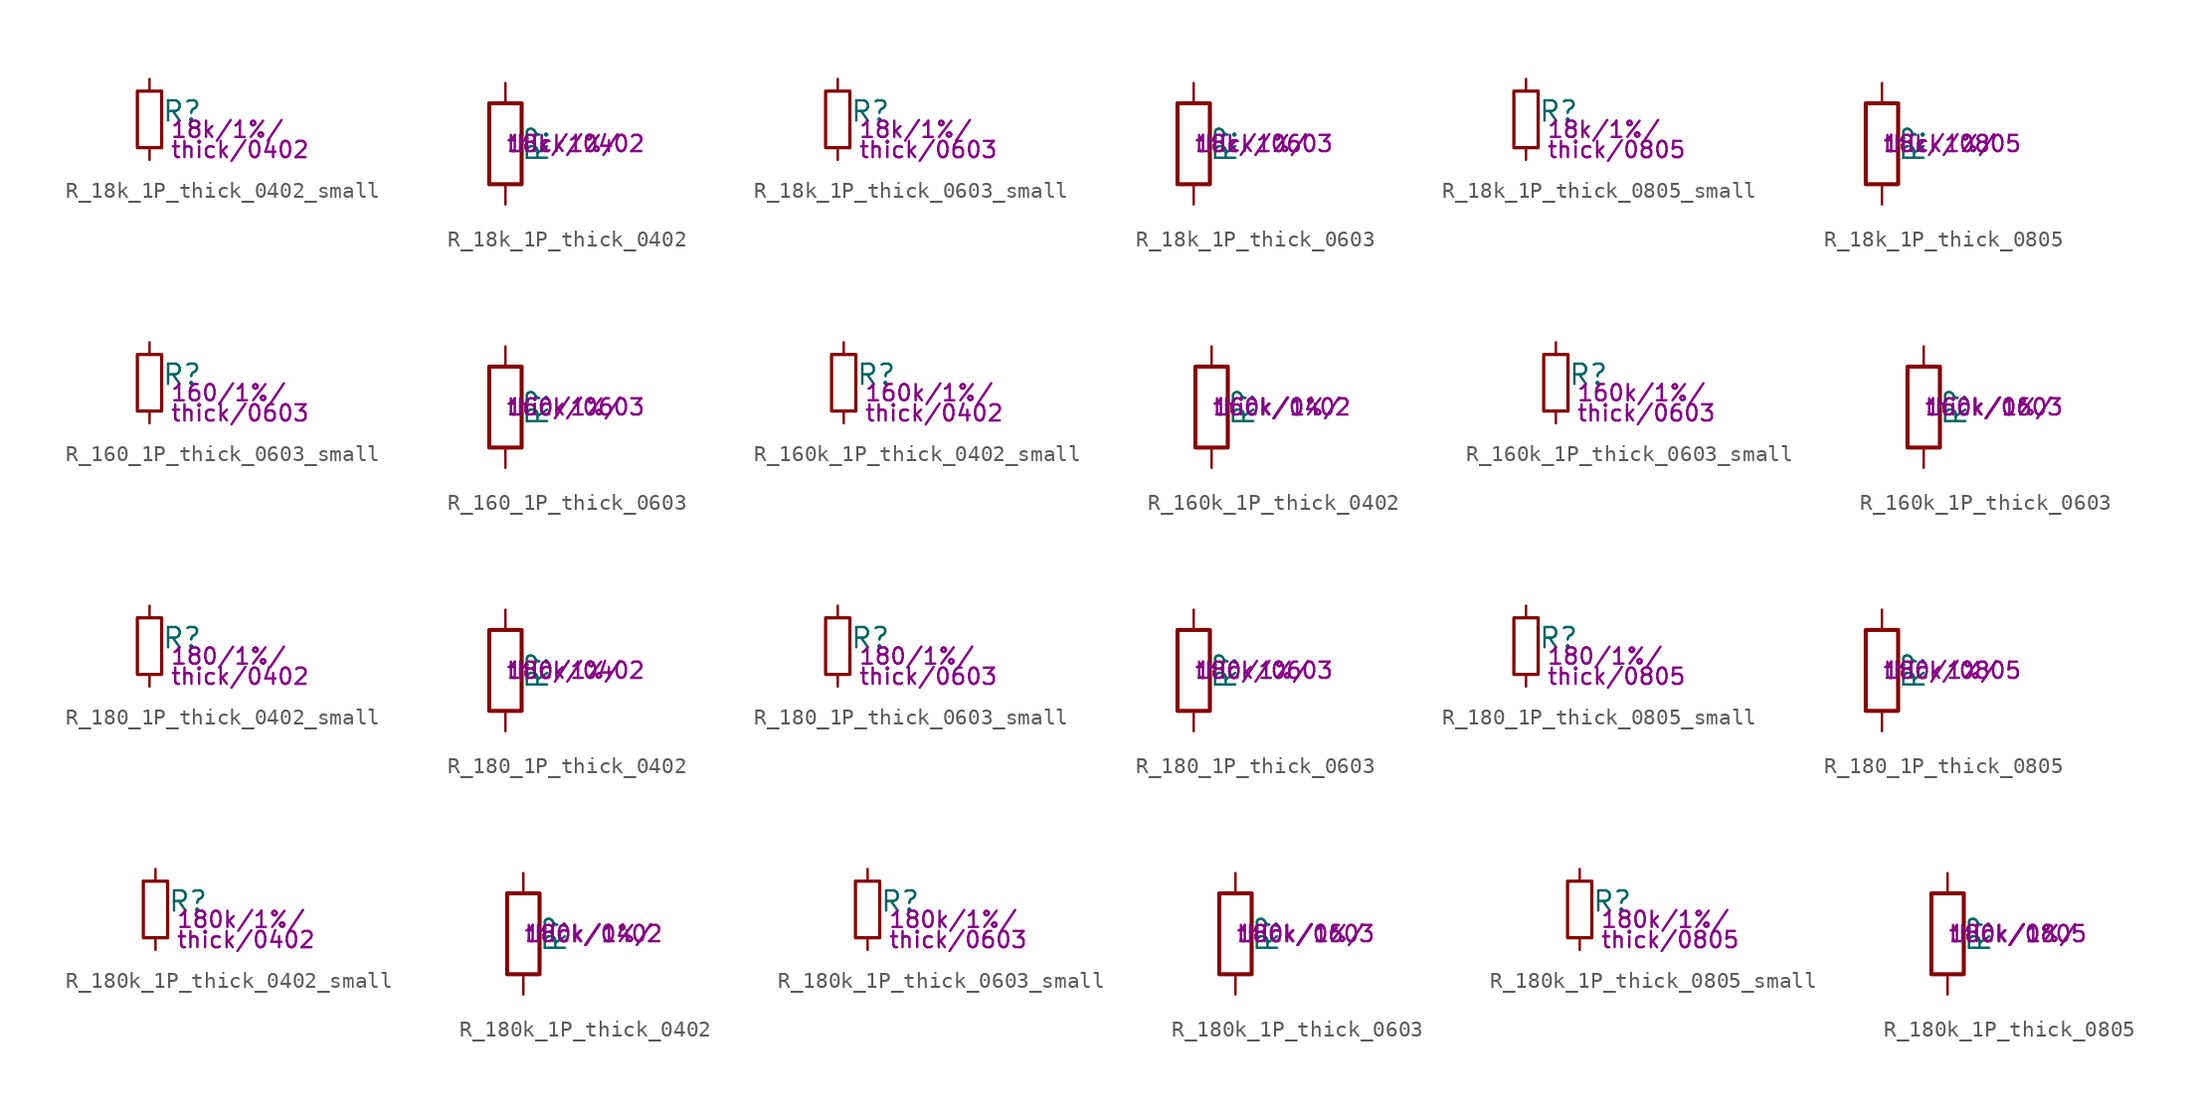
<source format=kicad_sym>
(kicad_symbol_lib
  (version 20211014)
  (generator kicad_symbol_editor)
  (symbol "R_18k_1P_thick_0402_small"
    (pin_numbers hide)
    (pin_names
      (offset 0.254) hide)
    (property "Reference" "R"
      (at 0.762 0.508 0)
      (effects (font (size 1.27 1.27)) (justify left)))
    (property "Params" "18k/1%/"
      (at 1.27 -0.635 0)
      (effects (font (size 1.016 1.016)) (justify left)))
    (property "Params2" "thick/0402"
      (at 1.27 -1.905 0)
      (effects (font (size 1.016 1.016)) (justify left)))
    (symbol "R_18k_1P_thick_0402_small_0_1"
      (rectangle (start -0.762 1.778) (end 0.762 -1.778) (stroke (width 0.203) (type default) (color 0 0 0 0)) (fill (type none))))
    (symbol "R_18k_1P_thick_0402_small_1_1"
      (pin passive line (at 0 2.54 270) (length 0.762) (name "~" (effects (font (size 1.27 1.27)))) (number "1" (effects (font (size 1.27 1.27)))))
      (pin passive line (at 0 -2.54 90) (length 0.762) (name "~" (effects (font (size 1.27 1.27)))) (number "2" (effects (font (size 1.27 1.27)))))))
  (symbol "R_18k_1P_thick_0402"
    (pin_numbers hide)
    (pin_names
      (offset 0))
    (property "Reference" "R"
      (at 2.032 0 90)
      (effects (font (size 1.27 1.27))))
    (property "Params" "18k/1%/"
      (at 0 0 0)
      (effects (font (size 1.016 1.016)) (justify left)))
    (property "Params2" "thick/0402"
      (at 0 0 0)
      (effects (font (size 1.016 1.016)) (justify left)))
    (symbol "R_18k_1P_thick_0402_0_1"
      (rectangle (start -1.016 -2.54) (end 1.016 2.54) (stroke (width 0.254) (type default) (color 0 0 0 0)) (fill (type none))))
    (symbol "R_18k_1P_thick_0402_1_1"
      (pin passive line (at 0 3.81 270) (length 1.27) (name "~" (effects (font (size 1.27 1.27)))) (number "1" (effects (font (size 1.27 1.27)))))
      (pin passive line (at 0 -3.81 90) (length 1.27) (name "~" (effects (font (size 1.27 1.27)))) (number "2" (effects (font (size 1.27 1.27)))))))
  (symbol "R_18k_1P_thick_0603_small"
    (pin_numbers hide)
    (pin_names
      (offset 0.254) hide)
    (property "Reference" "R"
      (at 0.762 0.508 0)
      (effects (font (size 1.27 1.27)) (justify left)))
    (property "Params" "18k/1%/"
      (at 1.27 -0.635 0)
      (effects (font (size 1.016 1.016)) (justify left)))
    (property "Params2" "thick/0603"
      (at 1.27 -1.905 0)
      (effects (font (size 1.016 1.016)) (justify left)))
    (symbol "R_18k_1P_thick_0603_small_0_1"
      (rectangle (start -0.762 1.778) (end 0.762 -1.778) (stroke (width 0.203) (type default) (color 0 0 0 0)) (fill (type none))))
    (symbol "R_18k_1P_thick_0603_small_1_1"
      (pin passive line (at 0 2.54 270) (length 0.762) (name "~" (effects (font (size 1.27 1.27)))) (number "1" (effects (font (size 1.27 1.27)))))
      (pin passive line (at 0 -2.54 90) (length 0.762) (name "~" (effects (font (size 1.27 1.27)))) (number "2" (effects (font (size 1.27 1.27)))))))
  (symbol "R_18k_1P_thick_0603"
    (pin_numbers hide)
    (pin_names
      (offset 0))
    (property "Reference" "R"
      (at 2.032 0 90)
      (effects (font (size 1.27 1.27))))
    (property "Params" "18k/1%/"
      (at 0 0 0)
      (effects (font (size 1.016 1.016)) (justify left)))
    (property "Params2" "thick/0603"
      (at 0 0 0)
      (effects (font (size 1.016 1.016)) (justify left)))
    (symbol "R_18k_1P_thick_0603_0_1"
      (rectangle (start -1.016 -2.54) (end 1.016 2.54) (stroke (width 0.254) (type default) (color 0 0 0 0)) (fill (type none))))
    (symbol "R_18k_1P_thick_0603_1_1"
      (pin passive line (at 0 3.81 270) (length 1.27) (name "~" (effects (font (size 1.27 1.27)))) (number "1" (effects (font (size 1.27 1.27)))))
      (pin passive line (at 0 -3.81 90) (length 1.27) (name "~" (effects (font (size 1.27 1.27)))) (number "2" (effects (font (size 1.27 1.27)))))))
  (symbol "R_18k_1P_thick_0805_small"
    (pin_numbers hide)
    (pin_names
      (offset 0.254) hide)
    (property "Reference" "R"
      (at 0.762 0.508 0)
      (effects (font (size 1.27 1.27)) (justify left)))
    (property "Params" "18k/1%/"
      (at 1.27 -0.635 0)
      (effects (font (size 1.016 1.016)) (justify left)))
    (property "Params2" "thick/0805"
      (at 1.27 -1.905 0)
      (effects (font (size 1.016 1.016)) (justify left)))
    (symbol "R_18k_1P_thick_0805_small_0_1"
      (rectangle (start -0.762 1.778) (end 0.762 -1.778) (stroke (width 0.203) (type default) (color 0 0 0 0)) (fill (type none))))
    (symbol "R_18k_1P_thick_0805_small_1_1"
      (pin passive line (at 0 2.54 270) (length 0.762) (name "~" (effects (font (size 1.27 1.27)))) (number "1" (effects (font (size 1.27 1.27)))))
      (pin passive line (at 0 -2.54 90) (length 0.762) (name "~" (effects (font (size 1.27 1.27)))) (number "2" (effects (font (size 1.27 1.27)))))))
  (symbol "R_18k_1P_thick_0805"
    (pin_numbers hide)
    (pin_names
      (offset 0))
    (property "Reference" "R"
      (at 2.032 0 90)
      (effects (font (size 1.27 1.27))))
    (property "Params" "18k/1%/"
      (at 0 0 0)
      (effects (font (size 1.016 1.016)) (justify left)))
    (property "Params2" "thick/0805"
      (at 0 0 0)
      (effects (font (size 1.016 1.016)) (justify left)))
    (symbol "R_18k_1P_thick_0805_0_1"
      (rectangle (start -1.016 -2.54) (end 1.016 2.54) (stroke (width 0.254) (type default) (color 0 0 0 0)) (fill (type none))))
    (symbol "R_18k_1P_thick_0805_1_1"
      (pin passive line (at 0 3.81 270) (length 1.27) (name "~" (effects (font (size 1.27 1.27)))) (number "1" (effects (font (size 1.27 1.27)))))
      (pin passive line (at 0 -3.81 90) (length 1.27) (name "~" (effects (font (size 1.27 1.27)))) (number "2" (effects (font (size 1.27 1.27)))))))
  (symbol "R_160_1P_thick_0603_small"
    (pin_numbers hide)
    (pin_names
      (offset 0.254) hide)
    (property "Reference" "R"
      (at 0.762 0.508 0)
      (effects (font (size 1.27 1.27)) (justify left)))
    (property "Params" "160/1%/"
      (at 1.27 -0.635 0)
      (effects (font (size 1.016 1.016)) (justify left)))
    (property "Params2" "thick/0603"
      (at 1.27 -1.905 0)
      (effects (font (size 1.016 1.016)) (justify left)))
    (symbol "R_160_1P_thick_0603_small_0_1"
      (rectangle (start -0.762 1.778) (end 0.762 -1.778) (stroke (width 0.203) (type default) (color 0 0 0 0)) (fill (type none))))
    (symbol "R_160_1P_thick_0603_small_1_1"
      (pin passive line (at 0 2.54 270) (length 0.762) (name "~" (effects (font (size 1.27 1.27)))) (number "1" (effects (font (size 1.27 1.27)))))
      (pin passive line (at 0 -2.54 90) (length 0.762) (name "~" (effects (font (size 1.27 1.27)))) (number "2" (effects (font (size 1.27 1.27)))))))
  (symbol "R_160_1P_thick_0603"
    (pin_numbers hide)
    (pin_names
      (offset 0))
    (property "Reference" "R"
      (at 2.032 0 90)
      (effects (font (size 1.27 1.27))))
    (property "Params" "160/1%/"
      (at 0 0 0)
      (effects (font (size 1.016 1.016)) (justify left)))
    (property "Params2" "thick/0603"
      (at 0 0 0)
      (effects (font (size 1.016 1.016)) (justify left)))
    (symbol "R_160_1P_thick_0603_0_1"
      (rectangle (start -1.016 -2.54) (end 1.016 2.54) (stroke (width 0.254) (type default) (color 0 0 0 0)) (fill (type none))))
    (symbol "R_160_1P_thick_0603_1_1"
      (pin passive line (at 0 3.81 270) (length 1.27) (name "~" (effects (font (size 1.27 1.27)))) (number "1" (effects (font (size 1.27 1.27)))))
      (pin passive line (at 0 -3.81 90) (length 1.27) (name "~" (effects (font (size 1.27 1.27)))) (number "2" (effects (font (size 1.27 1.27)))))))
  (symbol "R_160k_1P_thick_0402_small"
    (pin_numbers hide)
    (pin_names
      (offset 0.254) hide)
    (property "Reference" "R"
      (at 0.762 0.508 0)
      (effects (font (size 1.27 1.27)) (justify left)))
    (property "Params" "160k/1%/"
      (at 1.27 -0.635 0)
      (effects (font (size 1.016 1.016)) (justify left)))
    (property "Params2" "thick/0402"
      (at 1.27 -1.905 0)
      (effects (font (size 1.016 1.016)) (justify left)))
    (symbol "R_160k_1P_thick_0402_small_0_1"
      (rectangle (start -0.762 1.778) (end 0.762 -1.778) (stroke (width 0.203) (type default) (color 0 0 0 0)) (fill (type none))))
    (symbol "R_160k_1P_thick_0402_small_1_1"
      (pin passive line (at 0 2.54 270) (length 0.762) (name "~" (effects (font (size 1.27 1.27)))) (number "1" (effects (font (size 1.27 1.27)))))
      (pin passive line (at 0 -2.54 90) (length 0.762) (name "~" (effects (font (size 1.27 1.27)))) (number "2" (effects (font (size 1.27 1.27)))))))
  (symbol "R_160k_1P_thick_0402"
    (pin_numbers hide)
    (pin_names
      (offset 0))
    (property "Reference" "R"
      (at 2.032 0 90)
      (effects (font (size 1.27 1.27))))
    (property "Params" "160k/1%/"
      (at 0 0 0)
      (effects (font (size 1.016 1.016)) (justify left)))
    (property "Params2" "thick/0402"
      (at 0 0 0)
      (effects (font (size 1.016 1.016)) (justify left)))
    (symbol "R_160k_1P_thick_0402_0_1"
      (rectangle (start -1.016 -2.54) (end 1.016 2.54) (stroke (width 0.254) (type default) (color 0 0 0 0)) (fill (type none))))
    (symbol "R_160k_1P_thick_0402_1_1"
      (pin passive line (at 0 3.81 270) (length 1.27) (name "~" (effects (font (size 1.27 1.27)))) (number "1" (effects (font (size 1.27 1.27)))))
      (pin passive line (at 0 -3.81 90) (length 1.27) (name "~" (effects (font (size 1.27 1.27)))) (number "2" (effects (font (size 1.27 1.27)))))))
  (symbol "R_160k_1P_thick_0603_small"
    (pin_numbers hide)
    (pin_names
      (offset 0.254) hide)
    (property "Reference" "R"
      (at 0.762 0.508 0)
      (effects (font (size 1.27 1.27)) (justify left)))
    (property "Params" "160k/1%/"
      (at 1.27 -0.635 0)
      (effects (font (size 1.016 1.016)) (justify left)))
    (property "Params2" "thick/0603"
      (at 1.27 -1.905 0)
      (effects (font (size 1.016 1.016)) (justify left)))
    (symbol "R_160k_1P_thick_0603_small_0_1"
      (rectangle (start -0.762 1.778) (end 0.762 -1.778) (stroke (width 0.203) (type default) (color 0 0 0 0)) (fill (type none))))
    (symbol "R_160k_1P_thick_0603_small_1_1"
      (pin passive line (at 0 2.54 270) (length 0.762) (name "~" (effects (font (size 1.27 1.27)))) (number "1" (effects (font (size 1.27 1.27)))))
      (pin passive line (at 0 -2.54 90) (length 0.762) (name "~" (effects (font (size 1.27 1.27)))) (number "2" (effects (font (size 1.27 1.27)))))))
  (symbol "R_160k_1P_thick_0603"
    (pin_numbers hide)
    (pin_names
      (offset 0))
    (property "Reference" "R"
      (at 2.032 0 90)
      (effects (font (size 1.27 1.27))))
    (property "Params" "160k/1%/"
      (at 0 0 0)
      (effects (font (size 1.016 1.016)) (justify left)))
    (property "Params2" "thick/0603"
      (at 0 0 0)
      (effects (font (size 1.016 1.016)) (justify left)))
    (symbol "R_160k_1P_thick_0603_0_1"
      (rectangle (start -1.016 -2.54) (end 1.016 2.54) (stroke (width 0.254) (type default) (color 0 0 0 0)) (fill (type none))))
    (symbol "R_160k_1P_thick_0603_1_1"
      (pin passive line (at 0 3.81 270) (length 1.27) (name "~" (effects (font (size 1.27 1.27)))) (number "1" (effects (font (size 1.27 1.27)))))
      (pin passive line (at 0 -3.81 90) (length 1.27) (name "~" (effects (font (size 1.27 1.27)))) (number "2" (effects (font (size 1.27 1.27)))))))
  (symbol "R_180_1P_thick_0402_small"
    (pin_numbers hide)
    (pin_names
      (offset 0.254) hide)
    (property "Reference" "R"
      (at 0.762 0.508 0)
      (effects (font (size 1.27 1.27)) (justify left)))
    (property "Params" "180/1%/"
      (at 1.27 -0.635 0)
      (effects (font (size 1.016 1.016)) (justify left)))
    (property "Params2" "thick/0402"
      (at 1.27 -1.905 0)
      (effects (font (size 1.016 1.016)) (justify left)))
    (symbol "R_180_1P_thick_0402_small_0_1"
      (rectangle (start -0.762 1.778) (end 0.762 -1.778) (stroke (width 0.203) (type default) (color 0 0 0 0)) (fill (type none))))
    (symbol "R_180_1P_thick_0402_small_1_1"
      (pin passive line (at 0 2.54 270) (length 0.762) (name "~" (effects (font (size 1.27 1.27)))) (number "1" (effects (font (size 1.27 1.27)))))
      (pin passive line (at 0 -2.54 90) (length 0.762) (name "~" (effects (font (size 1.27 1.27)))) (number "2" (effects (font (size 1.27 1.27)))))))
  (symbol "R_180_1P_thick_0402"
    (pin_numbers hide)
    (pin_names
      (offset 0))
    (property "Reference" "R"
      (at 2.032 0 90)
      (effects (font (size 1.27 1.27))))
    (property "Params" "180/1%/"
      (at 0 0 0)
      (effects (font (size 1.016 1.016)) (justify left)))
    (property "Params2" "thick/0402"
      (at 0 0 0)
      (effects (font (size 1.016 1.016)) (justify left)))
    (symbol "R_180_1P_thick_0402_0_1"
      (rectangle (start -1.016 -2.54) (end 1.016 2.54) (stroke (width 0.254) (type default) (color 0 0 0 0)) (fill (type none))))
    (symbol "R_180_1P_thick_0402_1_1"
      (pin passive line (at 0 3.81 270) (length 1.27) (name "~" (effects (font (size 1.27 1.27)))) (number "1" (effects (font (size 1.27 1.27)))))
      (pin passive line (at 0 -3.81 90) (length 1.27) (name "~" (effects (font (size 1.27 1.27)))) (number "2" (effects (font (size 1.27 1.27)))))))
  (symbol "R_180_1P_thick_0603_small"
    (pin_numbers hide)
    (pin_names
      (offset 0.254) hide)
    (property "Reference" "R"
      (at 0.762 0.508 0)
      (effects (font (size 1.27 1.27)) (justify left)))
    (property "Params" "180/1%/"
      (at 1.27 -0.635 0)
      (effects (font (size 1.016 1.016)) (justify left)))
    (property "Params2" "thick/0603"
      (at 1.27 -1.905 0)
      (effects (font (size 1.016 1.016)) (justify left)))
    (symbol "R_180_1P_thick_0603_small_0_1"
      (rectangle (start -0.762 1.778) (end 0.762 -1.778) (stroke (width 0.203) (type default) (color 0 0 0 0)) (fill (type none))))
    (symbol "R_180_1P_thick_0603_small_1_1"
      (pin passive line (at 0 2.54 270) (length 0.762) (name "~" (effects (font (size 1.27 1.27)))) (number "1" (effects (font (size 1.27 1.27)))))
      (pin passive line (at 0 -2.54 90) (length 0.762) (name "~" (effects (font (size 1.27 1.27)))) (number "2" (effects (font (size 1.27 1.27)))))))
  (symbol "R_180_1P_thick_0603"
    (pin_numbers hide)
    (pin_names
      (offset 0))
    (property "Reference" "R"
      (at 2.032 0 90)
      (effects (font (size 1.27 1.27))))
    (property "Params" "180/1%/"
      (at 0 0 0)
      (effects (font (size 1.016 1.016)) (justify left)))
    (property "Params2" "thick/0603"
      (at 0 0 0)
      (effects (font (size 1.016 1.016)) (justify left)))
    (symbol "R_180_1P_thick_0603_0_1"
      (rectangle (start -1.016 -2.54) (end 1.016 2.54) (stroke (width 0.254) (type default) (color 0 0 0 0)) (fill (type none))))
    (symbol "R_180_1P_thick_0603_1_1"
      (pin passive line (at 0 3.81 270) (length 1.27) (name "~" (effects (font (size 1.27 1.27)))) (number "1" (effects (font (size 1.27 1.27)))))
      (pin passive line (at 0 -3.81 90) (length 1.27) (name "~" (effects (font (size 1.27 1.27)))) (number "2" (effects (font (size 1.27 1.27)))))))
  (symbol "R_180_1P_thick_0805_small"
    (pin_numbers hide)
    (pin_names
      (offset 0.254) hide)
    (property "Reference" "R"
      (at 0.762 0.508 0)
      (effects (font (size 1.27 1.27)) (justify left)))
    (property "Params" "180/1%/"
      (at 1.27 -0.635 0)
      (effects (font (size 1.016 1.016)) (justify left)))
    (property "Params2" "thick/0805"
      (at 1.27 -1.905 0)
      (effects (font (size 1.016 1.016)) (justify left)))
    (symbol "R_180_1P_thick_0805_small_0_1"
      (rectangle (start -0.762 1.778) (end 0.762 -1.778) (stroke (width 0.203) (type default) (color 0 0 0 0)) (fill (type none))))
    (symbol "R_180_1P_thick_0805_small_1_1"
      (pin passive line (at 0 2.54 270) (length 0.762) (name "~" (effects (font (size 1.27 1.27)))) (number "1" (effects (font (size 1.27 1.27)))))
      (pin passive line (at 0 -2.54 90) (length 0.762) (name "~" (effects (font (size 1.27 1.27)))) (number "2" (effects (font (size 1.27 1.27)))))))
  (symbol "R_180_1P_thick_0805"
    (pin_numbers hide)
    (pin_names
      (offset 0))
    (property "Reference" "R"
      (at 2.032 0 90)
      (effects (font (size 1.27 1.27))))
    (property "Params" "180/1%/"
      (at 0 0 0)
      (effects (font (size 1.016 1.016)) (justify left)))
    (property "Params2" "thick/0805"
      (at 0 0 0)
      (effects (font (size 1.016 1.016)) (justify left)))
    (symbol "R_180_1P_thick_0805_0_1"
      (rectangle (start -1.016 -2.54) (end 1.016 2.54) (stroke (width 0.254) (type default) (color 0 0 0 0)) (fill (type none))))
    (symbol "R_180_1P_thick_0805_1_1"
      (pin passive line (at 0 3.81 270) (length 1.27) (name "~" (effects (font (size 1.27 1.27)))) (number "1" (effects (font (size 1.27 1.27)))))
      (pin passive line (at 0 -3.81 90) (length 1.27) (name "~" (effects (font (size 1.27 1.27)))) (number "2" (effects (font (size 1.27 1.27)))))))
  (symbol "R_180k_1P_thick_0402_small"
    (pin_numbers hide)
    (pin_names
      (offset 0.254) hide)
    (property "Reference" "R"
      (at 0.762 0.508 0)
      (effects (font (size 1.27 1.27)) (justify left)))
    (property "Params" "180k/1%/"
      (at 1.27 -0.635 0)
      (effects (font (size 1.016 1.016)) (justify left)))
    (property "Params2" "thick/0402"
      (at 1.27 -1.905 0)
      (effects (font (size 1.016 1.016)) (justify left)))
    (symbol "R_180k_1P_thick_0402_small_0_1"
      (rectangle (start -0.762 1.778) (end 0.762 -1.778) (stroke (width 0.203) (type default) (color 0 0 0 0)) (fill (type none))))
    (symbol "R_180k_1P_thick_0402_small_1_1"
      (pin passive line (at 0 2.54 270) (length 0.762) (name "~" (effects (font (size 1.27 1.27)))) (number "1" (effects (font (size 1.27 1.27)))))
      (pin passive line (at 0 -2.54 90) (length 0.762) (name "~" (effects (font (size 1.27 1.27)))) (number "2" (effects (font (size 1.27 1.27)))))))
  (symbol "R_180k_1P_thick_0402"
    (pin_numbers hide)
    (pin_names
      (offset 0))
    (property "Reference" "R"
      (at 2.032 0 90)
      (effects (font (size 1.27 1.27))))
    (property "Params" "180k/1%/"
      (at 0 0 0)
      (effects (font (size 1.016 1.016)) (justify left)))
    (property "Params2" "thick/0402"
      (at 0 0 0)
      (effects (font (size 1.016 1.016)) (justify left)))
    (symbol "R_180k_1P_thick_0402_0_1"
      (rectangle (start -1.016 -2.54) (end 1.016 2.54) (stroke (width 0.254) (type default) (color 0 0 0 0)) (fill (type none))))
    (symbol "R_180k_1P_thick_0402_1_1"
      (pin passive line (at 0 3.81 270) (length 1.27) (name "~" (effects (font (size 1.27 1.27)))) (number "1" (effects (font (size 1.27 1.27)))))
      (pin passive line (at 0 -3.81 90) (length 1.27) (name "~" (effects (font (size 1.27 1.27)))) (number "2" (effects (font (size 1.27 1.27)))))))
  (symbol "R_180k_1P_thick_0603_small"
    (pin_numbers hide)
    (pin_names
      (offset 0.254) hide)
    (property "Reference" "R"
      (at 0.762 0.508 0)
      (effects (font (size 1.27 1.27)) (justify left)))
    (property "Params" "180k/1%/"
      (at 1.27 -0.635 0)
      (effects (font (size 1.016 1.016)) (justify left)))
    (property "Params2" "thick/0603"
      (at 1.27 -1.905 0)
      (effects (font (size 1.016 1.016)) (justify left)))
    (symbol "R_180k_1P_thick_0603_small_0_1"
      (rectangle (start -0.762 1.778) (end 0.762 -1.778) (stroke (width 0.203) (type default) (color 0 0 0 0)) (fill (type none))))
    (symbol "R_180k_1P_thick_0603_small_1_1"
      (pin passive line (at 0 2.54 270) (length 0.762) (name "~" (effects (font (size 1.27 1.27)))) (number "1" (effects (font (size 1.27 1.27)))))
      (pin passive line (at 0 -2.54 90) (length 0.762) (name "~" (effects (font (size 1.27 1.27)))) (number "2" (effects (font (size 1.27 1.27)))))))
  (symbol "R_180k_1P_thick_0603"
    (pin_numbers hide)
    (pin_names
      (offset 0))
    (property "Reference" "R"
      (at 2.032 0 90)
      (effects (font (size 1.27 1.27))))
    (property "Params" "180k/1%/"
      (at 0 0 0)
      (effects (font (size 1.016 1.016)) (justify left)))
    (property "Params2" "thick/0603"
      (at 0 0 0)
      (effects (font (size 1.016 1.016)) (justify left)))
    (symbol "R_180k_1P_thick_0603_0_1"
      (rectangle (start -1.016 -2.54) (end 1.016 2.54) (stroke (width 0.254) (type default) (color 0 0 0 0)) (fill (type none))))
    (symbol "R_180k_1P_thick_0603_1_1"
      (pin passive line (at 0 3.81 270) (length 1.27) (name "~" (effects (font (size 1.27 1.27)))) (number "1" (effects (font (size 1.27 1.27)))))
      (pin passive line (at 0 -3.81 90) (length 1.27) (name "~" (effects (font (size 1.27 1.27)))) (number "2" (effects (font (size 1.27 1.27)))))))
  (symbol "R_180k_1P_thick_0805_small"
    (pin_numbers hide)
    (pin_names
      (offset 0.254) hide)
    (property "Reference" "R"
      (at 0.762 0.508 0)
      (effects (font (size 1.27 1.27)) (justify left)))
    (property "Params" "180k/1%/"
      (at 1.27 -0.635 0)
      (effects (font (size 1.016 1.016)) (justify left)))
    (property "Params2" "thick/0805"
      (at 1.27 -1.905 0)
      (effects (font (size 1.016 1.016)) (justify left)))
    (symbol "R_180k_1P_thick_0805_small_0_1"
      (rectangle (start -0.762 1.778) (end 0.762 -1.778) (stroke (width 0.203) (type default) (color 0 0 0 0)) (fill (type none))))
    (symbol "R_180k_1P_thick_0805_small_1_1"
      (pin passive line (at 0 2.54 270) (length 0.762) (name "~" (effects (font (size 1.27 1.27)))) (number "1" (effects (font (size 1.27 1.27)))))
      (pin passive line (at 0 -2.54 90) (length 0.762) (name "~" (effects (font (size 1.27 1.27)))) (number "2" (effects (font (size 1.27 1.27)))))))
  (symbol "R_180k_1P_thick_0805"
    (pin_numbers hide)
    (pin_names
      (offset 0))
    (property "Reference" "R"
      (at 2.032 0 90)
      (effects (font (size 1.27 1.27))))
    (property "Params" "180k/1%/"
      (at 0 0 0)
      (effects (font (size 1.016 1.016)) (justify left)))
    (property "Params2" "thick/0805"
      (at 0 0 0)
      (effects (font (size 1.016 1.016)) (justify left)))
    (symbol "R_180k_1P_thick_0805_0_1"
      (rectangle (start -1.016 -2.54) (end 1.016 2.54) (stroke (width 0.254) (type default) (color 0 0 0 0)) (fill (type none))))
    (symbol "R_180k_1P_thick_0805_1_1"
      (pin passive line (at 0 3.81 270) (length 1.27) (name "~" (effects (font (size 1.27 1.27)))) (number "1" (effects (font (size 1.27 1.27)))))
      (pin passive line (at 0 -3.81 90) (length 1.27) (name "~" (effects (font (size 1.27 1.27)))) (number "2" (effects (font (size 1.27 1.27))))))))
</source>
